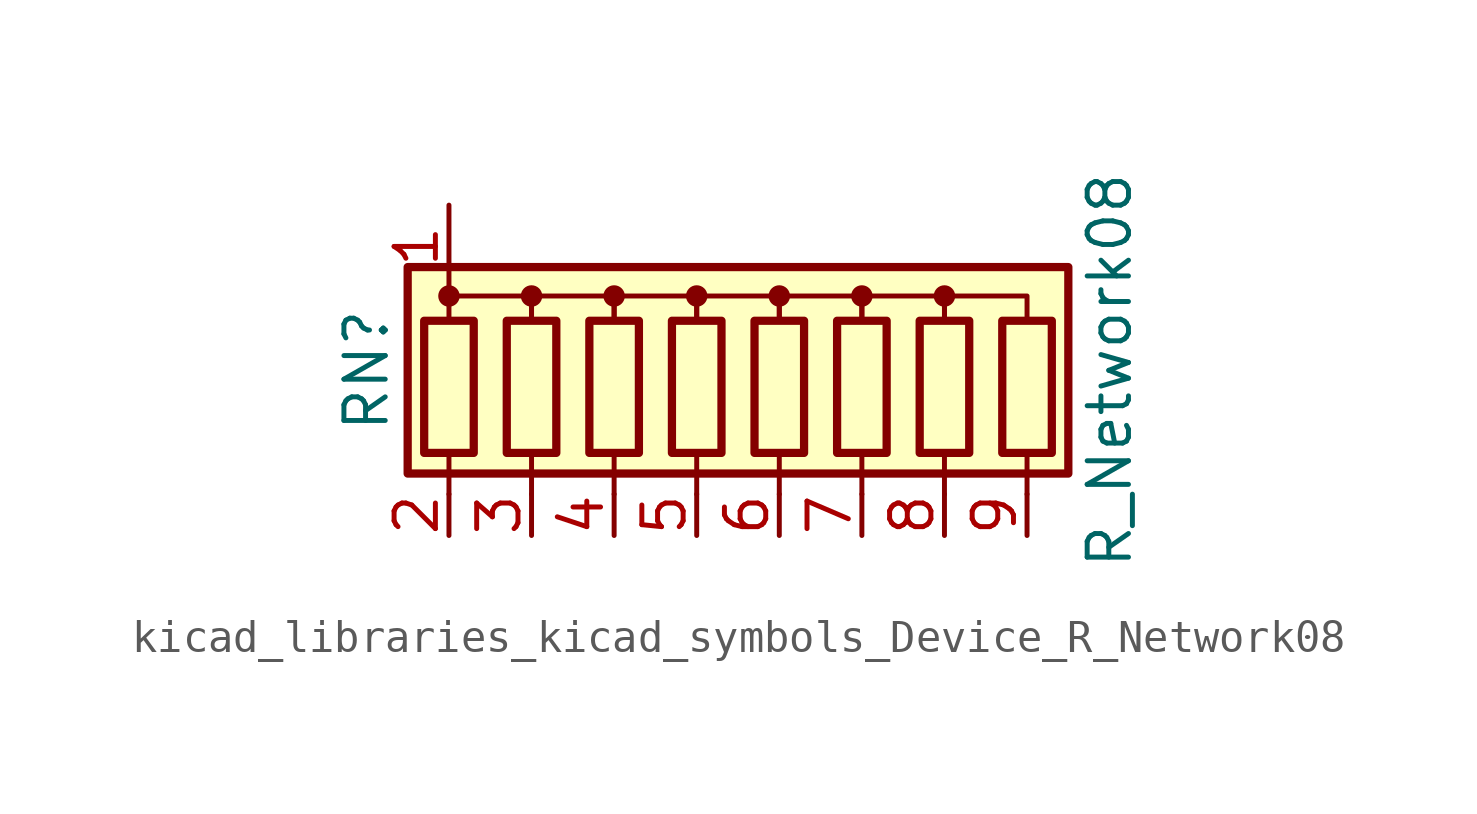
<source format=kicad_sym>
(kicad_symbol_lib
  (version 20220914)
  (generator kicad_symbol_editor)
  (symbol "kicad_libraries_kicad_symbols_Device_R_Network08"
    (pin_names
      (offset 0) hide)
    (property "Reference" "RN"
      (at -12.7 0 90)
      (effects (font (size 1.27 1.27))))
    (property "Value" "R_Network08"
      (at 10.16 0 90)
      (effects (font (size 1.27 1.27))))
    (symbol "kicad_libraries_kicad_symbols_Device_R_Network08_0_1"
      (rectangle (start -11.43 -3.175) (end 8.89 3.175) (stroke (width 0.254) (type default)) (fill (type background)))
      (rectangle (start -10.922 1.524) (end -9.398 -2.54) (stroke (width 0.254) (type default)) (fill (type none)))
      (circle (center -10.16 2.286) (radius 0.254) (stroke (width 0) (type default)) (fill (type outline)))
      (rectangle (start -8.382 1.524) (end -6.858 -2.54) (stroke (width 0.254) (type default)) (fill (type none)))
      (circle (center -7.62 2.286) (radius 0.254) (stroke (width 0) (type default)) (fill (type outline)))
      (rectangle (start -5.842 1.524) (end -4.318 -2.54) (stroke (width 0.254) (type default)) (fill (type none)))
      (circle (center -5.08 2.286) (radius 0.254) (stroke (width 0) (type default)) (fill (type outline)))
      (rectangle (start -3.302 1.524) (end -1.778 -2.54) (stroke (width 0.254) (type default)) (fill (type none)))
      (circle (center -2.54 2.286) (radius 0.254) (stroke (width 0) (type default)) (fill (type outline)))
      (rectangle (start -0.762 1.524) (end 0.762 -2.54) (stroke (width 0.254) (type default)) (fill (type none)))
      (polyline (pts (xy -10.16 -2.54) (xy -10.16 -3.81)) (stroke (width 0) (type default)) (fill (type none)))
      (polyline (pts (xy -7.62 -2.54) (xy -7.62 -3.81)) (stroke (width 0) (type default)) (fill (type none)))
      (polyline (pts (xy -5.08 -2.54) (xy -5.08 -3.81)) (stroke (width 0) (type default)) (fill (type none)))
      (polyline (pts (xy -2.54 -2.54) (xy -2.54 -3.81)) (stroke (width 0) (type default)) (fill (type none)))
      (polyline (pts (xy 0 -2.54) (xy 0 -3.81)) (stroke (width 0) (type default)) (fill (type none)))
      (polyline (pts (xy 2.54 -2.54) (xy 2.54 -3.81)) (stroke (width 0) (type default)) (fill (type none)))
      (polyline (pts (xy 5.08 -2.54) (xy 5.08 -3.81)) (stroke (width 0) (type default)) (fill (type none)))
      (polyline (pts (xy 7.62 -2.54) (xy 7.62 -3.81)) (stroke (width 0) (type default)) (fill (type none)))
      (polyline (pts (xy -10.16 1.524) (xy -10.16 2.286) (xy -7.62 2.286) (xy -7.62 1.524)) (stroke (width 0) (type default)) (fill (type none)))
      (polyline (pts (xy -7.62 1.524) (xy -7.62 2.286) (xy -5.08 2.286) (xy -5.08 1.524)) (stroke (width 0) (type default)) (fill (type none)))
      (polyline (pts (xy -5.08 1.524) (xy -5.08 2.286) (xy -2.54 2.286) (xy -2.54 1.524)) (stroke (width 0) (type default)) (fill (type none)))
      (polyline (pts (xy -2.54 1.524) (xy -2.54 2.286) (xy 0 2.286) (xy 0 1.524)) (stroke (width 0) (type default)) (fill (type none)))
      (polyline (pts (xy 0 1.524) (xy 0 2.286) (xy 2.54 2.286) (xy 2.54 1.524)) (stroke (width 0) (type default)) (fill (type none)))
      (polyline (pts (xy 2.54 1.524) (xy 2.54 2.286) (xy 5.08 2.286) (xy 5.08 1.524)) (stroke (width 0) (type default)) (fill (type none)))
      (polyline (pts (xy 5.08 1.524) (xy 5.08 2.286) (xy 7.62 2.286) (xy 7.62 1.524)) (stroke (width 0) (type default)) (fill (type none)))
      (circle (center 0 2.286) (radius 0.254) (stroke (width 0) (type default)) (fill (type outline)))
      (rectangle (start 1.778 1.524) (end 3.302 -2.54) (stroke (width 0.254) (type default)) (fill (type none)))
      (circle (center 2.54 2.286) (radius 0.254) (stroke (width 0) (type default)) (fill (type outline)))
      (rectangle (start 4.318 1.524) (end 5.842 -2.54) (stroke (width 0.254) (type default)) (fill (type none)))
      (circle (center 5.08 2.286) (radius 0.254) (stroke (width 0) (type default)) (fill (type outline)))
      (rectangle (start 6.858 1.524) (end 8.382 -2.54) (stroke (width 0.254) (type default)) (fill (type none))))
    (symbol "kicad_libraries_kicad_symbols_Device_R_Network08_1_1"
      (pin passive line (at -10.16 5.08 270) (length 2.54) (name "common" (effects (font (size 1.27 1.27)))) (number "1" (effects (font (size 1.27 1.27)))))
      (pin passive line (at -10.16 -5.08 90) (length 1.27) (name "R1" (effects (font (size 1.27 1.27)))) (number "2" (effects (font (size 1.27 1.27)))))
      (pin passive line (at -7.62 -5.08 90) (length 1.27) (name "R2" (effects (font (size 1.27 1.27)))) (number "3" (effects (font (size 1.27 1.27)))))
      (pin passive line (at -5.08 -5.08 90) (length 1.27) (name "R3" (effects (font (size 1.27 1.27)))) (number "4" (effects (font (size 1.27 1.27)))))
      (pin passive line (at -2.54 -5.08 90) (length 1.27) (name "R4" (effects (font (size 1.27 1.27)))) (number "5" (effects (font (size 1.27 1.27)))))
      (pin passive line (at 0 -5.08 90) (length 1.27) (name "R5" (effects (font (size 1.27 1.27)))) (number "6" (effects (font (size 1.27 1.27)))))
      (pin passive line (at 2.54 -5.08 90) (length 1.27) (name "R6" (effects (font (size 1.27 1.27)))) (number "7" (effects (font (size 1.27 1.27)))))
      (pin passive line (at 5.08 -5.08 90) (length 1.27) (name "R7" (effects (font (size 1.27 1.27)))) (number "8" (effects (font (size 1.27 1.27)))))
      (pin passive line (at 7.62 -5.08 90) (length 1.27) (name "R8" (effects (font (size 1.27 1.27)))) (number "9" (effects (font (size 1.27 1.27))))))))
</source>
